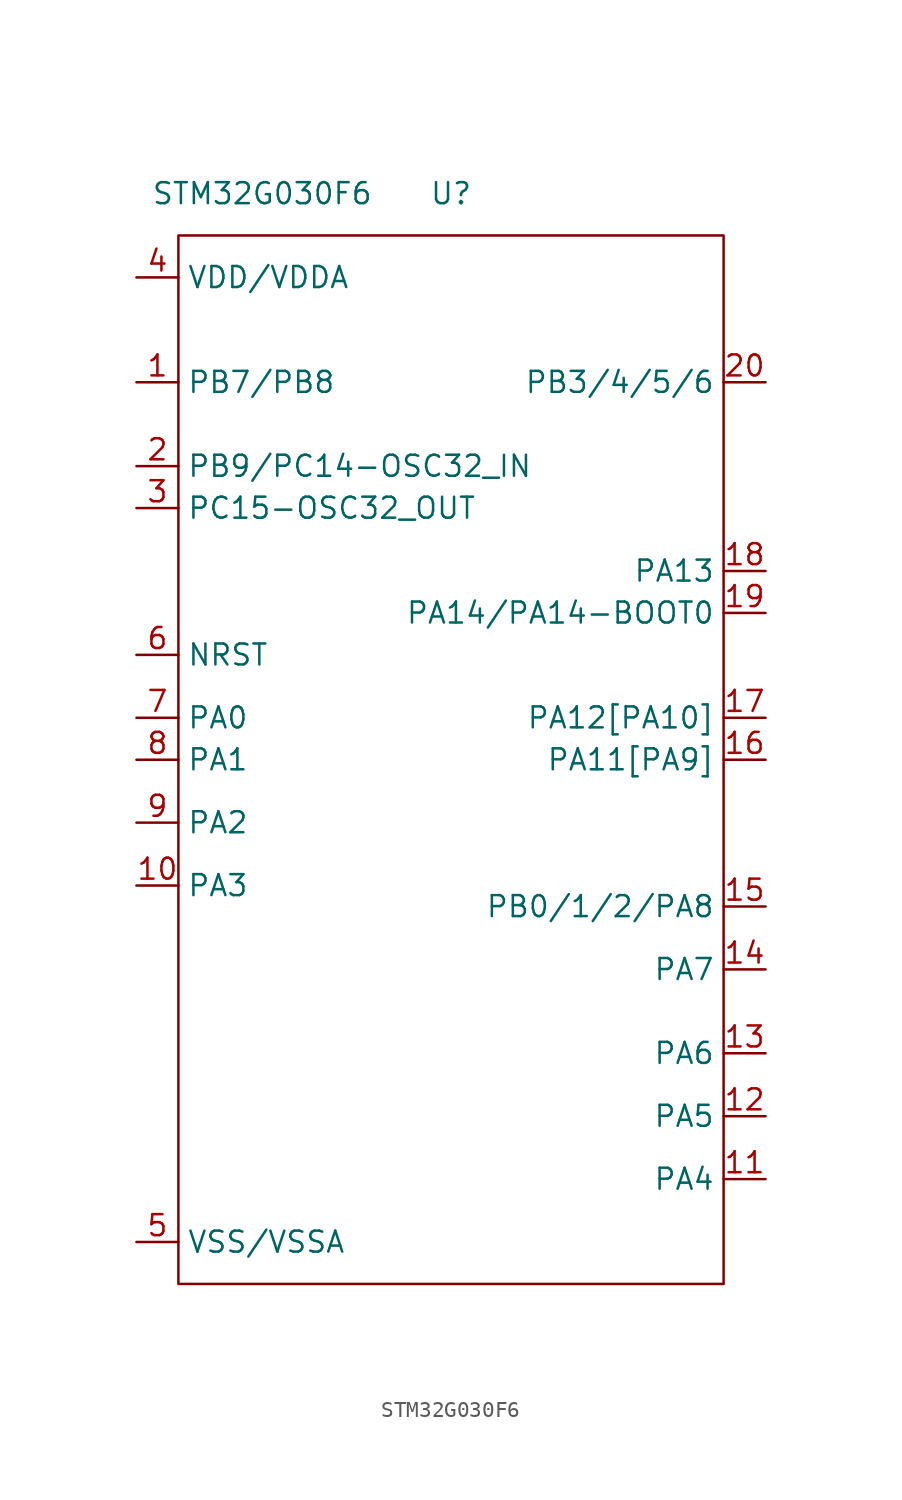
<source format=kicad_sym>
(kicad_symbol_lib
  (version 20211014)
  (generator kicad_symbol_editor)
  (symbol "STM32G030F6"
    (property "Reference" "U"
      (at 1.27 13.97 0)
      (effects (font (size 1.27 1.27))))
    (property "Value" "STM32G030F6"
      (at -10.16 13.97 0)
      (effects (font (size 1.27 1.27))))
    (symbol "STM32G030F6_0_1"
      (rectangle (start -15.24 11.43) (end 17.78 -52.07) (stroke (width 0) (type default) (color 0 0 0 0)) (fill (type none))))
    (symbol "STM32G030F6_1_1"
      (pin bidirectional line (at -17.78 2.54 0) (length 2.54) (name "PB7/PB8" (effects (font (size 1.27 1.27)))) (number "1" (effects (font (size 1.27 1.27)))))
      (pin bidirectional line (at -17.78 -27.94 0) (length 2.54) (name "PA3" (effects (font (size 1.27 1.27)))) (number "10" (effects (font (size 1.27 1.27)))))
      (pin bidirectional line (at 20.32 -45.72 180) (length 2.54) (name "PA4" (effects (font (size 1.27 1.27)))) (number "11" (effects (font (size 1.27 1.27)))))
      (pin bidirectional line (at 20.32 -41.91 180) (length 2.54) (name "PA5" (effects (font (size 1.27 1.27)))) (number "12" (effects (font (size 1.27 1.27)))))
      (pin bidirectional line (at 20.32 -38.1 180) (length 2.54) (name "PA6" (effects (font (size 1.27 1.27)))) (number "13" (effects (font (size 1.27 1.27)))))
      (pin bidirectional line (at 20.32 -33.02 180) (length 2.54) (name "PA7" (effects (font (size 1.27 1.27)))) (number "14" (effects (font (size 1.27 1.27)))))
      (pin bidirectional line (at 20.32 -29.21 180) (length 2.54) (name "PB0/1/2/PA8" (effects (font (size 1.27 1.27)))) (number "15" (effects (font (size 1.27 1.27)))))
      (pin bidirectional line (at 20.32 -20.32 180) (length 2.54) (name "PA11[PA9]" (effects (font (size 1.27 1.27)))) (number "16" (effects (font (size 1.27 1.27)))))
      (pin bidirectional line (at 20.32 -17.78 180) (length 2.54) (name "PA12[PA10]" (effects (font (size 1.27 1.27)))) (number "17" (effects (font (size 1.27 1.27)))))
      (pin bidirectional line (at 20.32 -8.89 180) (length 2.54) (name "PA13" (effects (font (size 1.27 1.27)))) (number "18" (effects (font (size 1.27 1.27)))))
      (pin bidirectional line (at 20.32 -11.43 180) (length 2.54) (name "PA14/PA14-BOOT0" (effects (font (size 1.27 1.27)))) (number "19" (effects (font (size 1.27 1.27)))))
      (pin input line (at -17.78 -2.54 0) (length 2.54) (name "PB9/PC14-OSC32_IN" (effects (font (size 1.27 1.27)))) (number "2" (effects (font (size 1.27 1.27)))))
      (pin bidirectional line (at 20.32 2.54 180) (length 2.54) (name "PB3/4/5/6" (effects (font (size 1.27 1.27)))) (number "20" (effects (font (size 1.27 1.27)))))
      (pin output line (at -17.78 -5.08 0) (length 2.54) (name "PC15-OSC32_OUT" (effects (font (size 1.27 1.27)))) (number "3" (effects (font (size 1.27 1.27)))))
      (pin power_in line (at -17.78 8.89 0) (length 2.54) (name "VDD/VDDA" (effects (font (size 1.27 1.27)))) (number "4" (effects (font (size 1.27 1.27)))))
      (pin power_in line (at -17.78 -49.53 0) (length 2.54) (name "VSS/VSSA" (effects (font (size 1.27 1.27)))) (number "5" (effects (font (size 1.27 1.27)))))
      (pin input line (at -17.78 -13.97 0) (length 2.54) (name "NRST" (effects (font (size 1.27 1.27)))) (number "6" (effects (font (size 1.27 1.27)))))
      (pin bidirectional line (at -17.78 -17.78 0) (length 2.54) (name "PA0" (effects (font (size 1.27 1.27)))) (number "7" (effects (font (size 1.27 1.27)))))
      (pin bidirectional line (at -17.78 -20.32 0) (length 2.54) (name "PA1" (effects (font (size 1.27 1.27)))) (number "8" (effects (font (size 1.27 1.27)))))
      (pin bidirectional line (at -17.78 -24.13 0) (length 2.54) (name "PA2" (effects (font (size 1.27 1.27)))) (number "9" (effects (font (size 1.27 1.27))))))))
</source>
